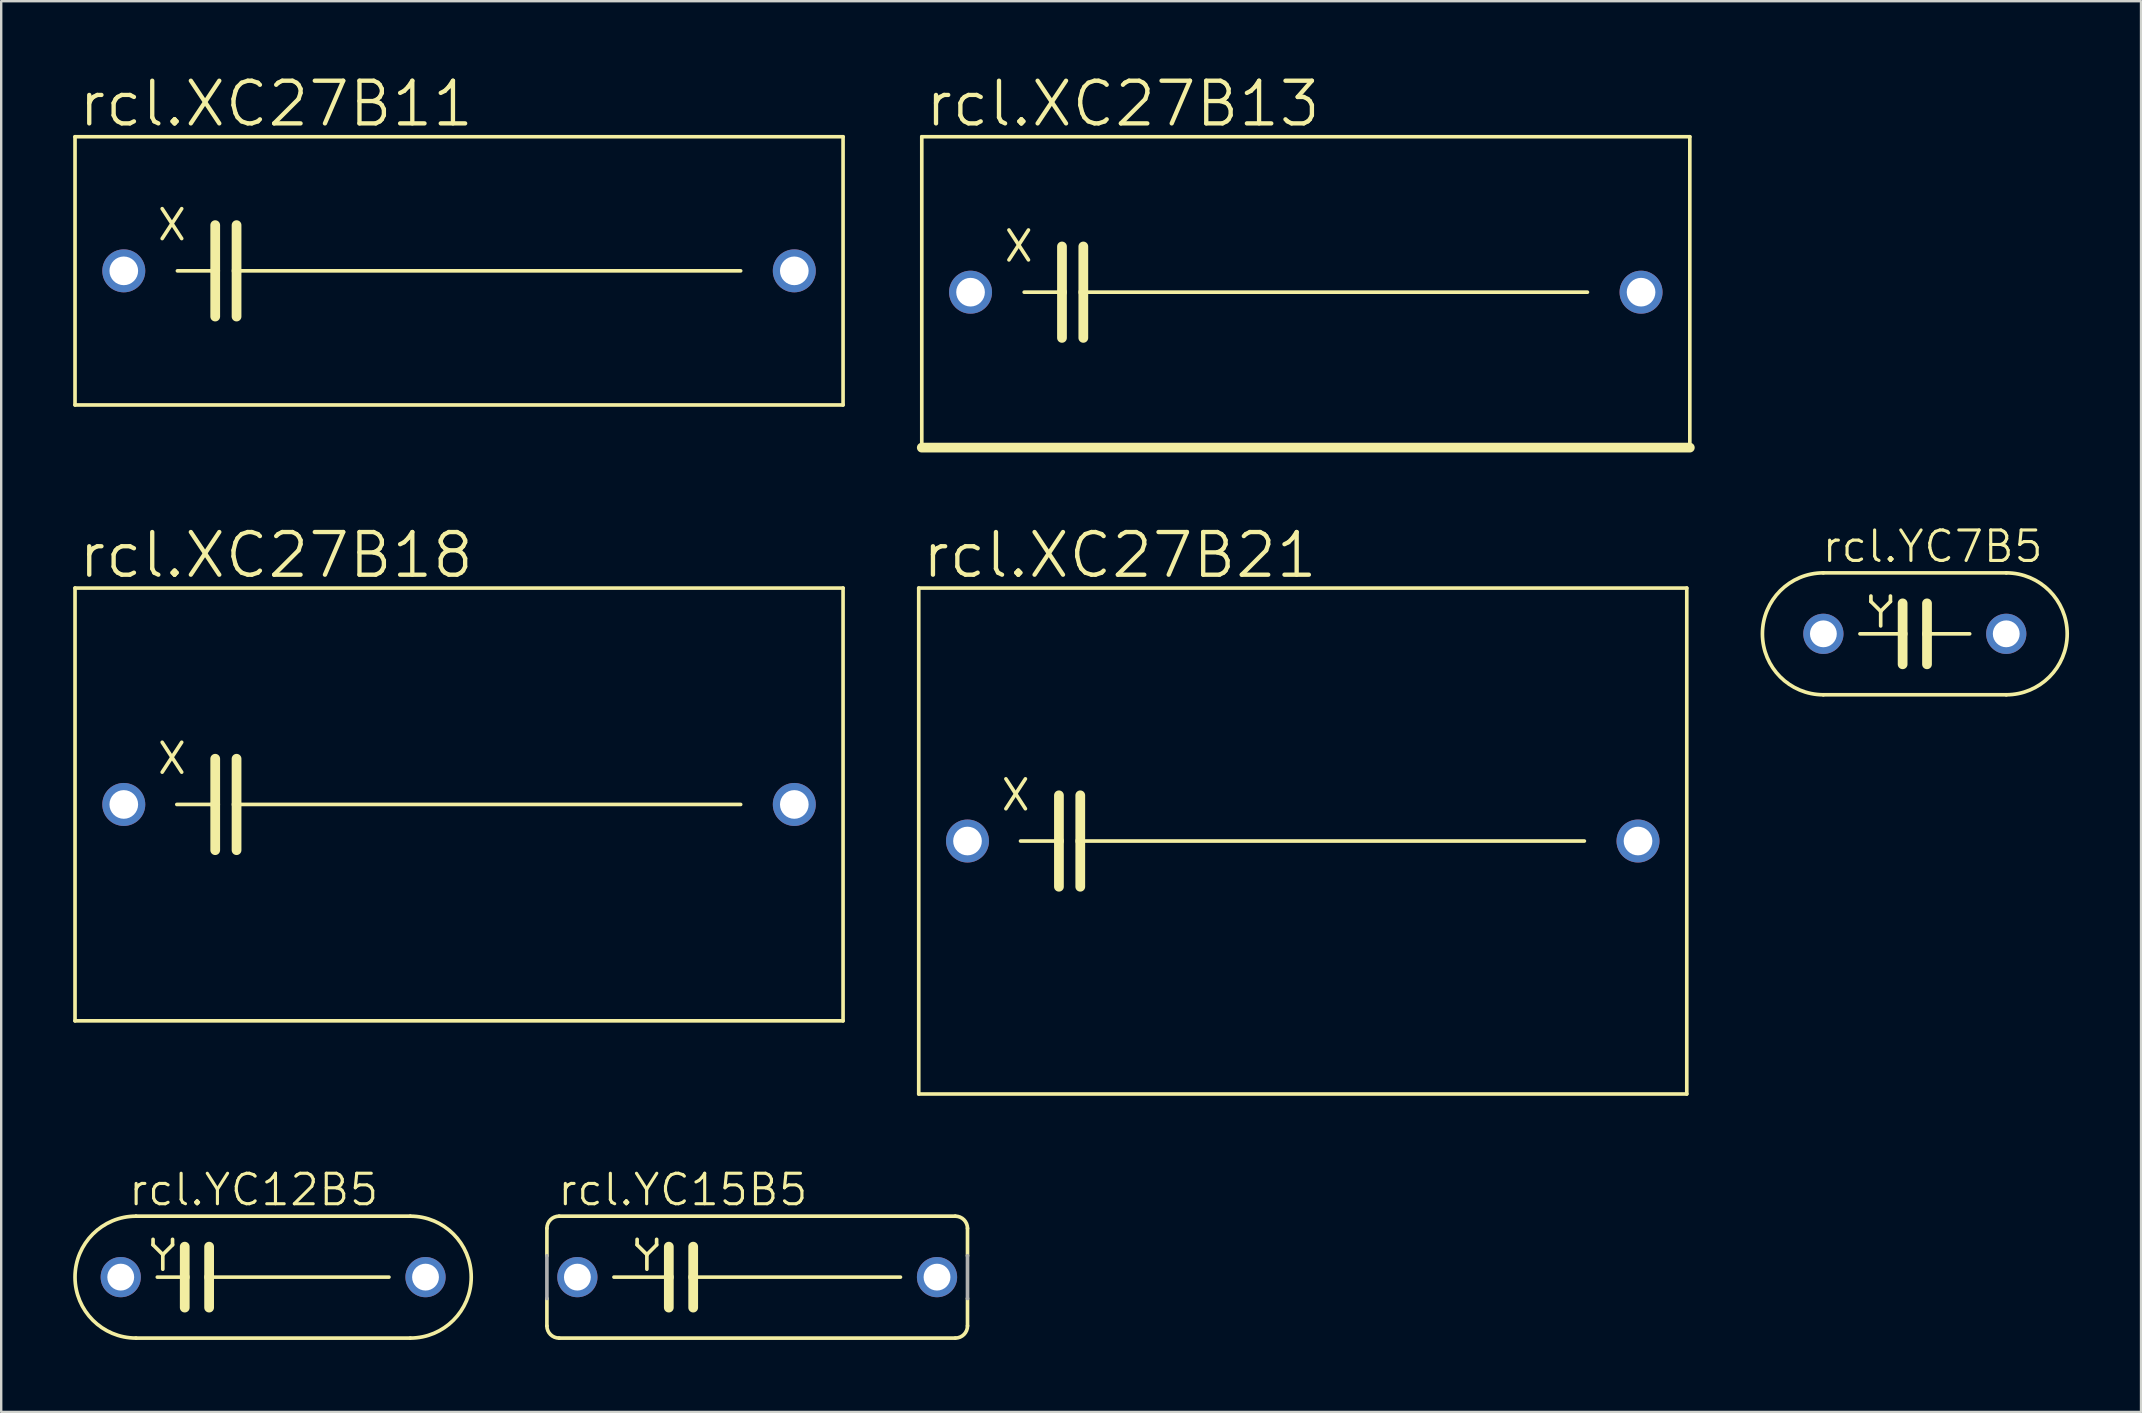
<source format=kicad_pcb>
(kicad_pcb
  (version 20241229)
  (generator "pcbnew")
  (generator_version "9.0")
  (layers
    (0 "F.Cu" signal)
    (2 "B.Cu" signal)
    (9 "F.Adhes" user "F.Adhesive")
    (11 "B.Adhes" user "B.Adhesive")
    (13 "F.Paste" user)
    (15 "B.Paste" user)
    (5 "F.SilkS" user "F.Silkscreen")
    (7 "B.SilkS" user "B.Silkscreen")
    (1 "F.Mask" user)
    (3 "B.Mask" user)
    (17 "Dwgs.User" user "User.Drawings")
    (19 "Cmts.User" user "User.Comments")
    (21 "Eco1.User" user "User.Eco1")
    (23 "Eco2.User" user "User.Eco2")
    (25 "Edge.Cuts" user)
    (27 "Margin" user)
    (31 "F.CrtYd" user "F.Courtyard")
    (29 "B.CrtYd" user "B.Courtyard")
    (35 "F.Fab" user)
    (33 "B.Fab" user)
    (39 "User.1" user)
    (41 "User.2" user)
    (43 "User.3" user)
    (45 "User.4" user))
  (footprint "rcl.XC27B13"
    (layer "F.Cu")
    (at 51.362 9.125)
    (property "Reference" "rcl.XC27B13" (at -15.951 -6.807 0) (layer "F.SilkS") (effects (font (size 1.778 1.778) (thickness 0.18)) (justify left bottom)))
    (attr through_hole)
    (fp_line (start -16.002 6.477) (end -16.002 -6.477) (stroke (width 0.152) (type default)) (layer "F.SilkS"))
    (fp_line (start -16.002 6.477) (end 16.002 6.477) (stroke (width 0.406) (type default)) (layer "F.SilkS"))
    (fp_line (start -12.37 -2.591) (end -11.557 -1.346) (stroke (width 0.152) (type default)) (layer "F.SilkS"))
    (fp_line (start -12.37 -1.346) (end -11.557 -2.591) (stroke (width 0.152) (type default)) (layer "F.SilkS"))
    (fp_line (start -11.735 0) (end -10.16 0) (stroke (width 0.152) (type default)) (layer "F.SilkS"))
    (fp_line (start -10.16 -1.905) (end -10.16 0) (stroke (width 0.406) (type default)) (layer "F.SilkS"))
    (fp_line (start -10.16 0) (end -10.16 1.905) (stroke (width 0.406) (type default)) (layer "F.SilkS"))
    (fp_line (start -9.271 -1.905) (end -9.271 0) (stroke (width 0.406) (type default)) (layer "F.SilkS"))
    (fp_line (start -9.271 0) (end -9.271 1.905) (stroke (width 0.406) (type default)) (layer "F.SilkS"))
    (fp_line (start -9.271 0) (end 11.735 0) (stroke (width 0.152) (type default)) (layer "F.SilkS"))
    (fp_line (start 16.002 -6.477) (end -16.002 -6.477) (stroke (width 0.152) (type default)) (layer "F.SilkS"))
    (fp_line (start 16.002 -6.477) (end 16.002 6.477) (stroke (width 0.152) (type default)) (layer "F.SilkS"))
    (pad "1" thru_hole circle (at -13.97 0) (size 1.791 1.791) (drill 1.194) (layers "*.Cu" "*.Mask"))
    (pad "2" thru_hole circle (at 13.97 0) (size 1.791 1.791) (drill 1.194) (layers "*.Cu" "*.Mask")))
  (footprint "rcl.YC12B5"
    (layer "F.Cu")
    (at 8.331 50.167)
    (property "Reference" "rcl.YC12B5" (at -6.096 -2.896 0) (layer "F.SilkS") (effects (font (size 1.27 1.27) (thickness 0.13)) (justify left bottom)))
    (attr through_hole)
    (fp_line (start -5.715 -2.54) (end 5.715 -2.54) (stroke (width 0.152) (type default)) (layer "F.SilkS"))
    (fp_line (start -5.715 2.54) (end 5.715 2.54) (stroke (width 0.152) (type default)) (layer "F.SilkS"))
    (fp_line (start -5.004 -1.575) (end -5.004 -1.346) (stroke (width 0.152) (type default)) (layer "F.SilkS"))
    (fp_line (start -5.004 -1.346) (end -4.597 -0.94) (stroke (width 0.152) (type default)) (layer "F.SilkS"))
    (fp_line (start -4.826 0) (end -3.683 0) (stroke (width 0.152) (type default)) (layer "F.SilkS"))
    (fp_line (start -4.597 -0.94) (end -4.597 -0.33) (stroke (width 0.152) (type default)) (layer "F.SilkS"))
    (fp_line (start -4.597 -0.94) (end -4.191 -1.346) (stroke (width 0.152) (type default)) (layer "F.SilkS"))
    (fp_line (start -4.191 -1.346) (end -4.191 -1.575) (stroke (width 0.152) (type default)) (layer "F.SilkS"))
    (fp_line (start -3.683 -1.27) (end -3.683 0) (stroke (width 0.406) (type default)) (layer "F.SilkS"))
    (fp_line (start -3.683 0) (end -3.683 1.27) (stroke (width 0.406) (type default)) (layer "F.SilkS"))
    (fp_line (start -2.667 -1.27) (end -2.667 0) (stroke (width 0.406) (type default)) (layer "F.SilkS"))
    (fp_line (start -2.667 0) (end -2.667 1.27) (stroke (width 0.406) (type default)) (layer "F.SilkS"))
    (fp_line (start 4.826 0) (end -2.667 0) (stroke (width 0.152) (type default)) (layer "F.SilkS"))
    (fp_arc (start -5.715 2.54) (mid -8.255 0) (end -5.715 -2.54) (stroke (width 0.1524) (type default)) (layer "F.SilkS"))
    (fp_arc (start 5.715 -2.54) (mid 8.255 0) (end 5.715 2.54) (stroke (width 0.1524) (type default)) (layer "F.SilkS"))
    (pad "1" thru_hole circle (at -6.35 0) (size 1.676 1.676) (drill 1.118) (layers "*.Cu" "*.Mask"))
    (pad "2" thru_hole circle (at 6.35 0) (size 1.676 1.676) (drill 1.118) (layers "*.Cu" "*.Mask")))
  (footprint "rcl.YC15B5"
    (layer "F.Cu")
    (at 28.502 50.167)
    (property "Reference" "rcl.YC15B5" (at -8.382 -2.896 0) (layer "F.SilkS") (effects (font (size 1.27 1.27) (thickness 0.13)) (justify left bottom)))
    (attr through_hole)
    (fp_line (start -8.763 -0.889) (end -8.763 -2.032) (stroke (width 0.152) (type default)) (layer "F.SilkS"))
    (fp_line (start -8.763 2.032) (end -8.763 0.889) (stroke (width 0.152) (type default)) (layer "F.SilkS"))
    (fp_line (start -8.255 -2.54) (end 8.255 -2.54) (stroke (width 0.152) (type default)) (layer "F.SilkS"))
    (fp_line (start -8.255 2.54) (end 8.255 2.54) (stroke (width 0.152) (type default)) (layer "F.SilkS"))
    (fp_line (start -5.969 0) (end -3.683 0) (stroke (width 0.152) (type default)) (layer "F.SilkS"))
    (fp_line (start -5.004 -1.575) (end -5.004 -1.346) (stroke (width 0.152) (type default)) (layer "F.SilkS"))
    (fp_line (start -5.004 -1.346) (end -4.597 -0.94) (stroke (width 0.152) (type default)) (layer "F.SilkS"))
    (fp_line (start -4.597 -0.94) (end -4.597 -0.33) (stroke (width 0.152) (type default)) (layer "F.SilkS"))
    (fp_line (start -4.597 -0.94) (end -4.191 -1.346) (stroke (width 0.152) (type default)) (layer "F.SilkS"))
    (fp_line (start -4.191 -1.346) (end -4.191 -1.575) (stroke (width 0.152) (type default)) (layer "F.SilkS"))
    (fp_line (start -3.683 -1.27) (end -3.683 0) (stroke (width 0.406) (type default)) (layer "F.SilkS"))
    (fp_line (start -3.683 0) (end -3.683 1.27) (stroke (width 0.406) (type default)) (layer "F.SilkS"))
    (fp_line (start -2.667 -1.27) (end -2.667 0) (stroke (width 0.406) (type default)) (layer "F.SilkS"))
    (fp_line (start -2.667 0) (end -2.667 1.27) (stroke (width 0.406) (type default)) (layer "F.SilkS"))
    (fp_line (start 5.969 0) (end -2.667 0) (stroke (width 0.152) (type default)) (layer "F.SilkS"))
    (fp_line (start 8.763 -0.889) (end 8.763 -2.032) (stroke (width 0.152) (type default)) (layer "F.SilkS"))
    (fp_line (start 8.763 2.032) (end 8.763 0.889) (stroke (width 0.152) (type default)) (layer "F.SilkS"))
    (fp_arc (start -8.763 -2.032) (mid -8.61421 -2.39121) (end -8.255 -2.54) (stroke (width 0.1524) (type default)) (layer "F.SilkS"))
    (fp_arc (start -8.255 2.54) (mid -8.61421 2.39121) (end -8.763 2.032) (stroke (width 0.1524) (type default)) (layer "F.SilkS"))
    (fp_arc (start 8.255 -2.54) (mid 8.61421 -2.39121) (end 8.763 -2.032) (stroke (width 0.1524) (type default)) (layer "F.SilkS"))
    (fp_arc (start 8.763 2.032) (mid 8.61421 2.39121) (end 8.255 2.54) (stroke (width 0.1524) (type default)) (layer "F.SilkS"))
    (fp_line (start -8.763 0.889) (end -8.763 -0.889) (stroke (width 0.152) (type default)) (layer "F.Fab"))
    (fp_line (start 8.763 0.889) (end 8.763 -0.889) (stroke (width 0.152) (type default)) (layer "F.Fab"))
    (pad "1" thru_hole circle (at -7.493 0) (size 1.676 1.676) (drill 1.118) (layers "*.Cu" "*.Mask"))
    (pad "2" thru_hole circle (at 7.493 0) (size 1.676 1.676) (drill 1.118) (layers "*.Cu" "*.Mask")))
  (footprint "rcl.XC27B21"
    (layer "F.Cu")
    (at 51.235 31.995)
    (property "Reference" "rcl.XC27B21" (at -15.951 -10.871 0) (layer "F.SilkS") (effects (font (size 1.778 1.778) (thickness 0.18)) (justify left bottom)))
    (attr through_hole)
    (fp_line (start -16.002 10.541) (end -16.002 -10.541) (stroke (width 0.152) (type default)) (layer "F.SilkS"))
    (fp_line (start -16.002 10.541) (end 16.002 10.541) (stroke (width 0.152) (type default)) (layer "F.SilkS"))
    (fp_line (start -12.37 -2.591) (end -11.557 -1.346) (stroke (width 0.152) (type default)) (layer "F.SilkS"))
    (fp_line (start -12.37 -1.346) (end -11.557 -2.591) (stroke (width 0.152) (type default)) (layer "F.SilkS"))
    (fp_line (start -11.76 0) (end -10.16 0) (stroke (width 0.152) (type default)) (layer "F.SilkS"))
    (fp_line (start -10.16 -1.905) (end -10.16 0) (stroke (width 0.406) (type default)) (layer "F.SilkS"))
    (fp_line (start -10.16 0) (end -10.16 1.905) (stroke (width 0.406) (type default)) (layer "F.SilkS"))
    (fp_line (start -9.271 -1.905) (end -9.271 0) (stroke (width 0.406) (type default)) (layer "F.SilkS"))
    (fp_line (start -9.271 0) (end -9.271 1.905) (stroke (width 0.406) (type default)) (layer "F.SilkS"))
    (fp_line (start -9.271 0) (end 11.735 0) (stroke (width 0.152) (type default)) (layer "F.SilkS"))
    (fp_line (start 16.002 -10.541) (end -16.002 -10.541) (stroke (width 0.152) (type default)) (layer "F.SilkS"))
    (fp_line (start 16.002 -10.541) (end 16.002 10.541) (stroke (width 0.152) (type default)) (layer "F.SilkS"))
    (pad "1" thru_hole circle (at -13.97 0) (size 1.791 1.791) (drill 1.194) (layers "*.Cu" "*.Mask"))
    (pad "2" thru_hole circle (at 13.97 0) (size 1.791 1.791) (drill 1.194) (layers "*.Cu" "*.Mask")))
  (footprint "rcl.XC27B18"
    (layer "F.Cu")
    (at 16.078 30.471)
    (property "Reference" "rcl.XC27B18" (at -15.951 -9.347 0) (layer "F.SilkS") (effects (font (size 1.778 1.778) (thickness 0.18)) (justify left bottom)))
    (attr through_hole)
    (fp_line (start -16.002 9.017) (end -16.002 -9.017) (stroke (width 0.152) (type default)) (layer "F.SilkS"))
    (fp_line (start -16.002 9.017) (end 16.002 9.017) (stroke (width 0.152) (type default)) (layer "F.SilkS"))
    (fp_line (start -12.37 -2.591) (end -11.557 -1.346) (stroke (width 0.152) (type default)) (layer "F.SilkS"))
    (fp_line (start -12.37 -1.346) (end -11.557 -2.591) (stroke (width 0.152) (type default)) (layer "F.SilkS"))
    (fp_line (start -11.76 0) (end -10.16 0) (stroke (width 0.152) (type default)) (layer "F.SilkS"))
    (fp_line (start -10.16 -1.905) (end -10.16 0) (stroke (width 0.406) (type default)) (layer "F.SilkS"))
    (fp_line (start -10.16 0) (end -10.16 1.905) (stroke (width 0.406) (type default)) (layer "F.SilkS"))
    (fp_line (start -9.271 -1.905) (end -9.271 0) (stroke (width 0.406) (type default)) (layer "F.SilkS"))
    (fp_line (start -9.271 0) (end -9.271 1.905) (stroke (width 0.406) (type default)) (layer "F.SilkS"))
    (fp_line (start -9.271 0) (end 11.735 0) (stroke (width 0.152) (type default)) (layer "F.SilkS"))
    (fp_line (start 16.002 -9.017) (end -16.002 -9.017) (stroke (width 0.152) (type default)) (layer "F.SilkS"))
    (fp_line (start 16.002 -9.017) (end 16.002 9.017) (stroke (width 0.152) (type default)) (layer "F.SilkS"))
    (pad "1" thru_hole circle (at -13.97 0) (size 1.791 1.791) (drill 1.194) (layers "*.Cu" "*.Mask"))
    (pad "2" thru_hole circle (at 13.97 0) (size 1.791 1.791) (drill 1.194) (layers "*.Cu" "*.Mask")))
  (footprint "rcl.XC27B11"
    (layer "F.Cu")
    (at 16.078 8.236)
    (property "Reference" "rcl.XC27B11" (at -15.951 -5.918 0) (layer "F.SilkS") (effects (font (size 1.778 1.778) (thickness 0.18)) (justify left bottom)))
    (attr through_hole)
    (fp_line (start -16.002 5.588) (end -16.002 -5.588) (stroke (width 0.152) (type default)) (layer "F.SilkS"))
    (fp_line (start -16.002 5.588) (end 16.002 5.588) (stroke (width 0.152) (type default)) (layer "F.SilkS"))
    (fp_line (start -12.37 -2.591) (end -11.557 -1.346) (stroke (width 0.152) (type default)) (layer "F.SilkS"))
    (fp_line (start -12.37 -1.346) (end -11.557 -2.591) (stroke (width 0.152) (type default)) (layer "F.SilkS"))
    (fp_line (start -11.735 0) (end -10.16 0) (stroke (width 0.152) (type default)) (layer "F.SilkS"))
    (fp_line (start -10.16 -1.905) (end -10.16 0) (stroke (width 0.406) (type default)) (layer "F.SilkS"))
    (fp_line (start -10.16 0) (end -10.16 1.905) (stroke (width 0.406) (type default)) (layer "F.SilkS"))
    (fp_line (start -9.271 -1.905) (end -9.271 0) (stroke (width 0.406) (type default)) (layer "F.SilkS"))
    (fp_line (start -9.271 0) (end -9.271 1.905) (stroke (width 0.406) (type default)) (layer "F.SilkS"))
    (fp_line (start -9.271 0) (end 11.735 0) (stroke (width 0.152) (type default)) (layer "F.SilkS"))
    (fp_line (start 16.002 -5.588) (end -16.002 -5.588) (stroke (width 0.152) (type default)) (layer "F.SilkS"))
    (fp_line (start 16.002 -5.588) (end 16.002 5.588) (stroke (width 0.152) (type default)) (layer "F.SilkS"))
    (pad "1" thru_hole circle (at -13.97 0) (size 1.791 1.791) (drill 1.194) (layers "*.Cu" "*.Mask"))
    (pad "2" thru_hole circle (at 13.97 0) (size 1.791 1.791) (drill 1.194) (layers "*.Cu" "*.Mask")))
  (footprint "rcl.YC7B5"
    (layer "F.Cu")
    (at 76.739 23.361)
    (property "Reference" "rcl.YC7B5" (at -3.937 -2.896 0) (layer "F.SilkS") (effects (font (size 1.27 1.27) (thickness 0.13)) (justify left bottom)))
    (attr through_hole)
    (fp_line (start -3.81 -2.54) (end 3.81 -2.54) (stroke (width 0.152) (type default)) (layer "F.SilkS"))
    (fp_line (start -3.81 2.54) (end 3.81 2.54) (stroke (width 0.152) (type default)) (layer "F.SilkS"))
    (fp_line (start -2.286 0) (end -0.508 0) (stroke (width 0.152) (type default)) (layer "F.SilkS"))
    (fp_line (start -1.829 -1.575) (end -1.829 -1.346) (stroke (width 0.152) (type default)) (layer "F.SilkS"))
    (fp_line (start -1.829 -1.346) (end -1.422 -0.94) (stroke (width 0.152) (type default)) (layer "F.SilkS"))
    (fp_line (start -1.422 -0.94) (end -1.422 -0.33) (stroke (width 0.152) (type default)) (layer "F.SilkS"))
    (fp_line (start -1.422 -0.94) (end -1.016 -1.346) (stroke (width 0.152) (type default)) (layer "F.SilkS"))
    (fp_line (start -1.016 -1.346) (end -1.016 -1.575) (stroke (width 0.152) (type default)) (layer "F.SilkS"))
    (fp_line (start -0.508 -1.27) (end -0.508 0) (stroke (width 0.406) (type default)) (layer "F.SilkS"))
    (fp_line (start -0.508 0) (end -0.508 1.27) (stroke (width 0.406) (type default)) (layer "F.SilkS"))
    (fp_line (start 0.508 -1.27) (end 0.508 0) (stroke (width 0.406) (type default)) (layer "F.SilkS"))
    (fp_line (start 0.508 0) (end 0.508 1.27) (stroke (width 0.406) (type default)) (layer "F.SilkS"))
    (fp_line (start 2.286 0) (end 0.508 0) (stroke (width 0.152) (type default)) (layer "F.SilkS"))
    (fp_arc (start -3.81 2.54) (mid -6.35 0) (end -3.81 -2.54) (stroke (width 0.1524) (type default)) (layer "F.SilkS"))
    (fp_arc (start 3.81 -2.54) (mid 6.35 0) (end 3.81 2.54) (stroke (width 0.1524) (type default)) (layer "F.SilkS"))
    (pad "1" thru_hole circle (at -3.81 0) (size 1.676 1.676) (drill 1.118) (layers "*.Cu" "*.Mask"))
    (pad "2" thru_hole circle (at 3.81 0) (size 1.676 1.676) (drill 1.118) (layers "*.Cu" "*.Mask")))
  (gr_rect
    (start -3 -3)
    (end 86.165 55.784)
    (stroke (width 0.1) (type default))
    (fill no)
    (layer "Edge.Cuts")))
</source>
